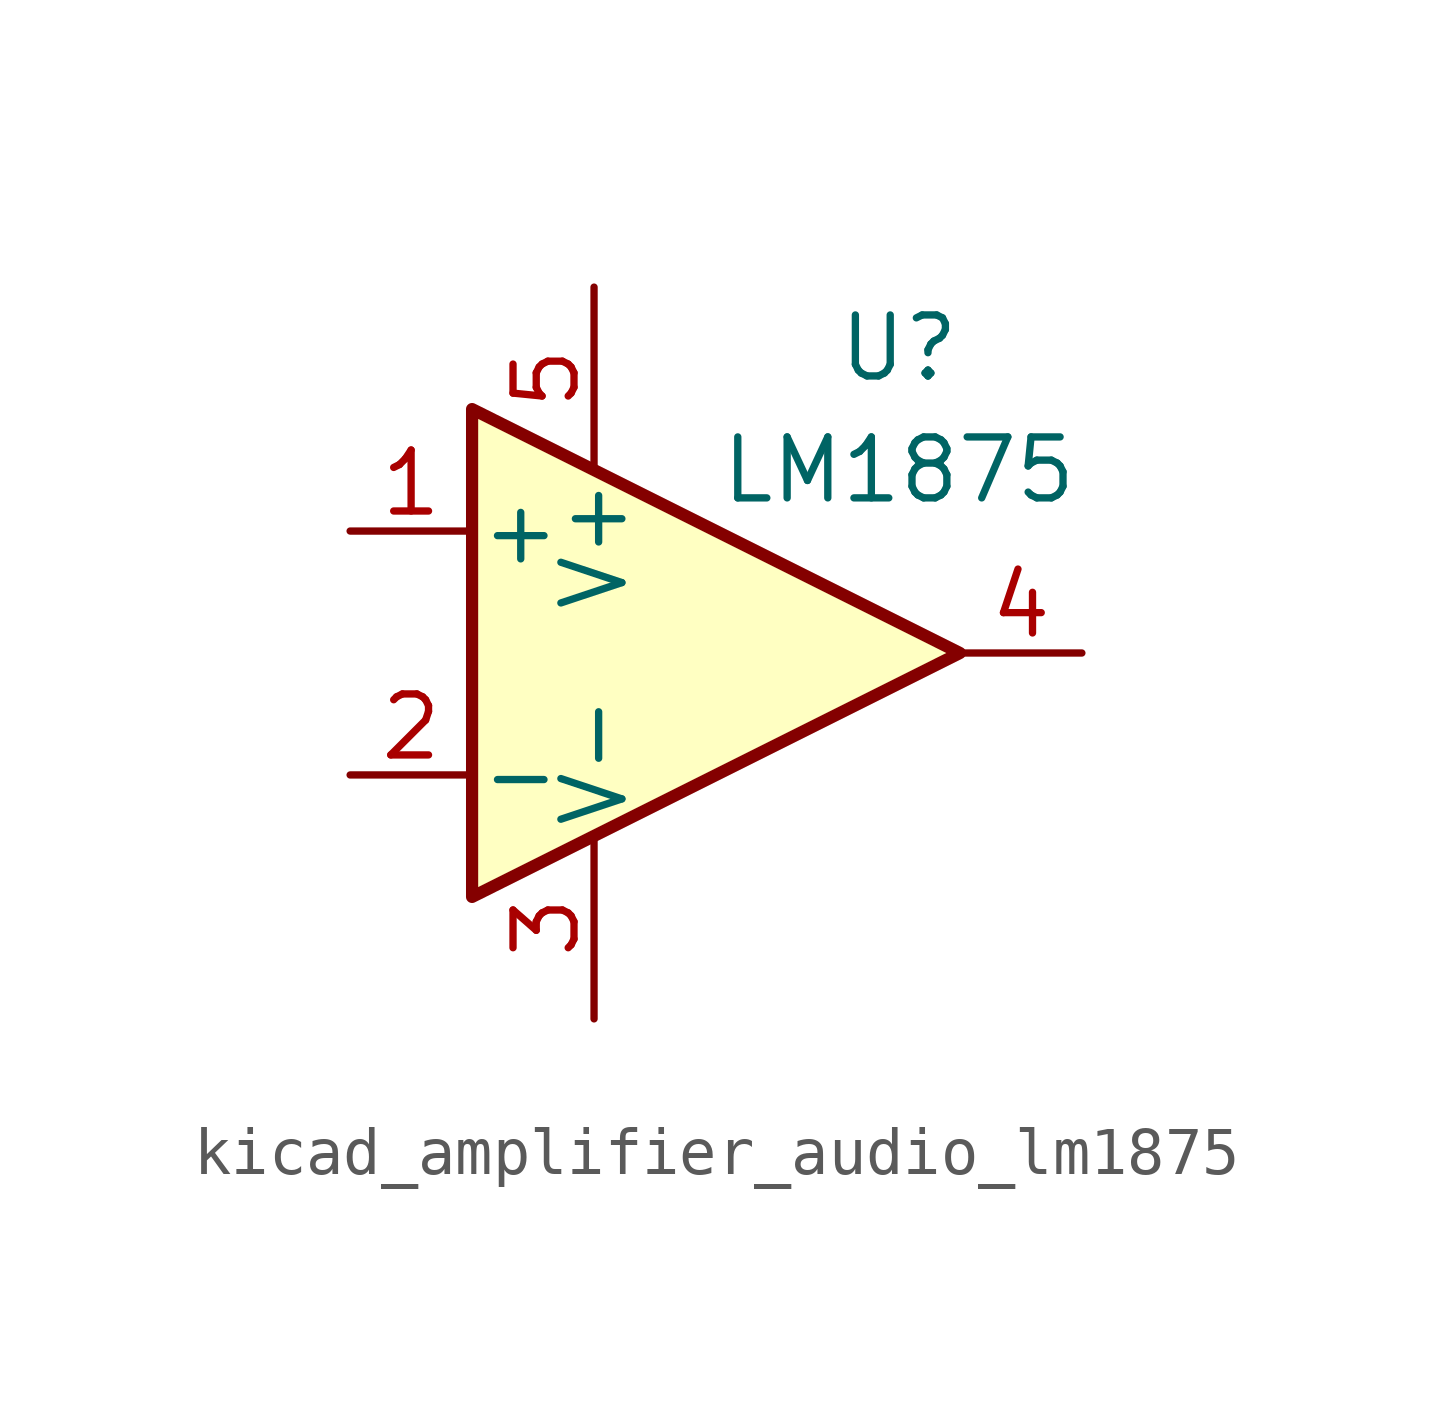
<source format=kicad_sym>
(kicad_symbol_lib
  (version 20220914)
  (generator kicad_symbol_editor)
  (symbol "kicad_amplifier_audio_lm1875"
    (pin_names
      (offset 0.127))
    (property "Reference" "U"
      (at 3.81 6.35 0)
      (effects (font (size 1.27 1.27))))
    (property "Value" "LM1875"
      (at 3.81 3.81 0)
      (effects (font (size 1.27 1.27))))
    (symbol "kicad_amplifier_audio_lm1875_0_1"
      (polyline (pts (xy -5.08 5.08) (xy 5.08 0) (xy -5.08 -5.08) (xy -5.08 5.08)) (stroke (width 0.254) (type default)) (fill (type background))))
    (symbol "kicad_amplifier_audio_lm1875_1_1"
      (pin input line (at -7.62 2.54 0) (length 2.54) (name "+" (effects (font (size 1.27 1.27)))) (number "1" (effects (font (size 1.27 1.27)))))
      (pin input line (at -7.62 -2.54 0) (length 2.54) (name "-" (effects (font (size 1.27 1.27)))) (number "2" (effects (font (size 1.27 1.27)))))
      (pin power_in line (at -2.54 -7.62 90) (length 3.81) (name "V-" (effects (font (size 1.27 1.27)))) (number "3" (effects (font (size 1.27 1.27)))))
      (pin output line (at 7.62 0 180) (length 2.54) (name "~" (effects (font (size 1.27 1.27)))) (number "4" (effects (font (size 1.27 1.27)))))
      (pin power_in line (at -2.54 7.62 270) (length 3.81) (name "V+" (effects (font (size 1.27 1.27)))) (number "5" (effects (font (size 1.27 1.27))))))))
</source>
